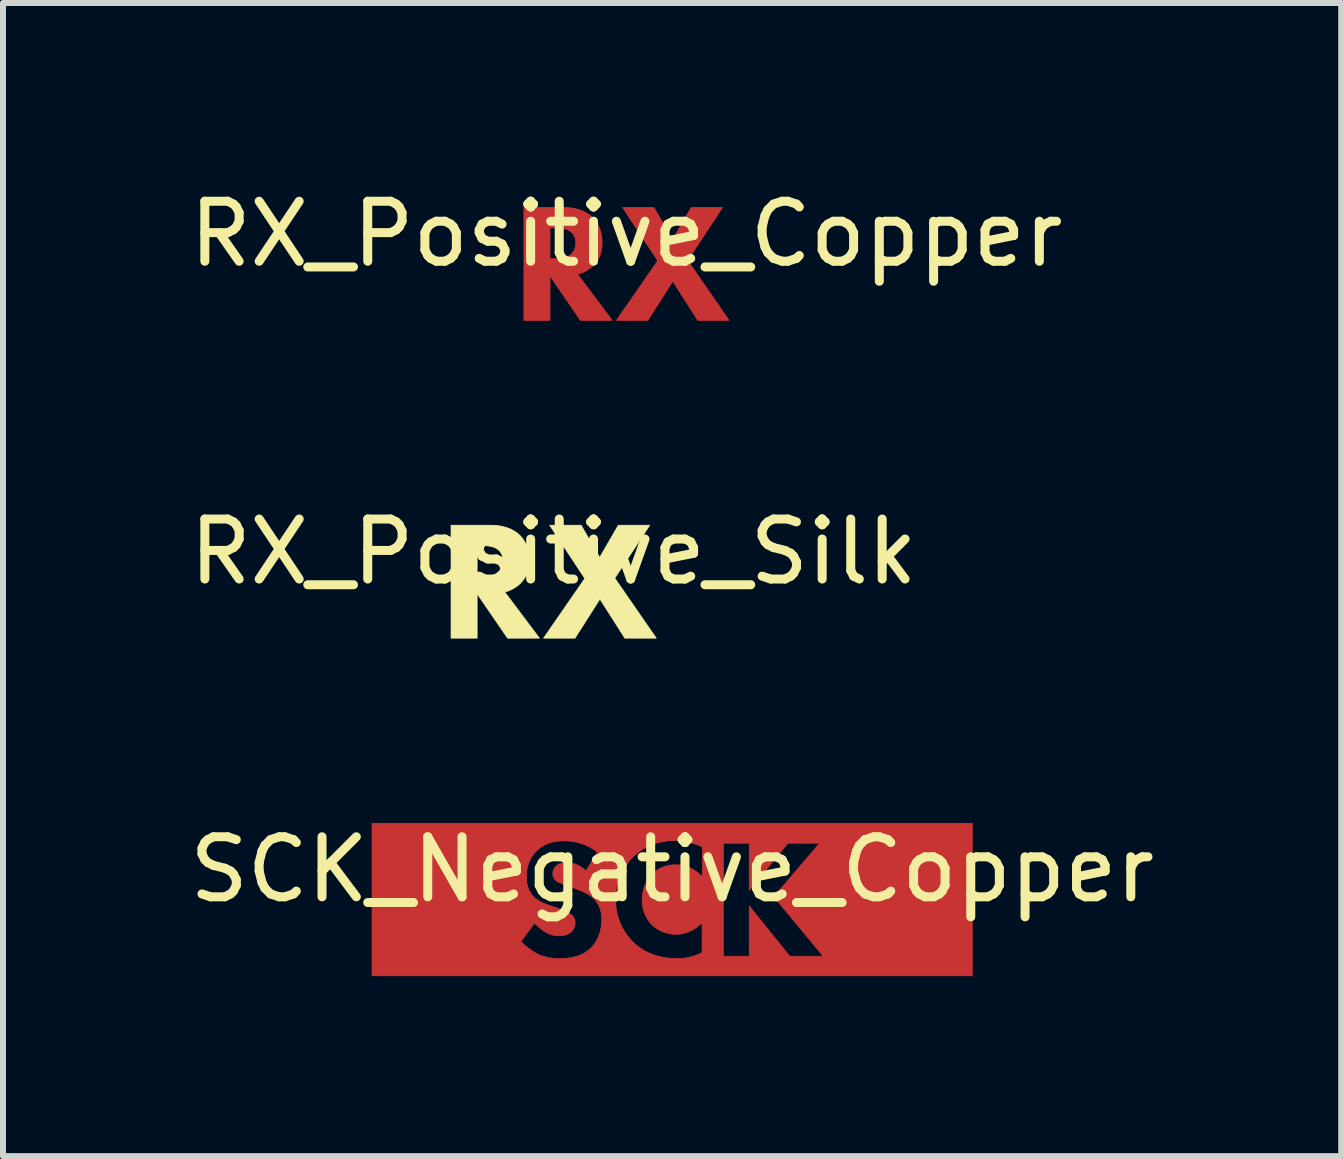
<source format=kicad_pcb>
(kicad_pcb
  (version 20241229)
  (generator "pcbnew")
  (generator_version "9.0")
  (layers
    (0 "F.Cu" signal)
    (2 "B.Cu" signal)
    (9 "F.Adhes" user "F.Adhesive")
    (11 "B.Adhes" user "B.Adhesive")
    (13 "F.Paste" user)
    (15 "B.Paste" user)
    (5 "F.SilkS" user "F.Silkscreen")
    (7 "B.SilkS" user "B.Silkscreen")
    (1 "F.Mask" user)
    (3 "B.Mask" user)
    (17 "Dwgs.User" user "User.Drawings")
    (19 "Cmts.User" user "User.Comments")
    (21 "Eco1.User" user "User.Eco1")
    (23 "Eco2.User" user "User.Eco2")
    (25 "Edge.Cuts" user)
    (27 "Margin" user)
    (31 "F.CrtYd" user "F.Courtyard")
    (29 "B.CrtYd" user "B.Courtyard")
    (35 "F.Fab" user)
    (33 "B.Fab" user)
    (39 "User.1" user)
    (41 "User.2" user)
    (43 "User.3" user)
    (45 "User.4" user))
  (footprint "RX_Positive_Copper"
    (layer "F.Cu")
    (at 7.387 1.348)
    (property "Reference" "RX_Positive_Copper" (at 0 -0.5 0) (unlocked yes) (layer "F.SilkS") (effects (font (size 1 1) (thickness 0.15))))
    (fp_poly (pts (xy 0.769 -0.404) (xy 1.08 -0.941) (xy 1.602 -0.941) (xy 1.02 -0.059) (xy 1.711 0.94) (xy 1.189 0.94) (xy 0.773 0.287) (xy 0.357 0.94) (xy -0.165 0.94) (xy 0.526 -0.059) (xy 0.519 -0.059) (xy -0.063 -0.941) (xy 0.459 -0.941)) (stroke (width 0.013) (type solid)) (fill yes) (layer "F.Cu"))
    (fp_poly (pts (xy -1.003 -0.94) (xy -0.962 -0.937) (xy -0.922 -0.933) (xy -0.884 -0.927) (xy -0.848 -0.92) (xy -0.814 -0.911) (xy -0.782 -0.902) (xy -0.752 -0.891) (xy -0.723 -0.879) (xy -0.696 -0.867) (xy -0.671 -0.853) (xy -0.647 -0.839) (xy -0.625 -0.825) (xy -0.605 -0.81) (xy -0.585 -0.794) (xy -0.568 -0.778) (xy -0.553 -0.763) (xy -0.538 -0.746) (xy -0.524 -0.728) (xy -0.509 -0.709) (xy -0.495 -0.688) (xy -0.482 -0.666) (xy -0.469 -0.642) (xy -0.457 -0.617) (xy -0.446 -0.591) (xy -0.436 -0.562) (xy -0.427 -0.532) (xy -0.423 -0.517) (xy -0.42 -0.501) (xy -0.416 -0.485) (xy -0.414 -0.468) (xy -0.411 -0.451) (xy -0.409 -0.433) (xy -0.407 -0.415) (xy -0.406 -0.397) (xy -0.405 -0.378) (xy -0.405 -0.358) (xy -0.406 -0.336) (xy -0.407 -0.312) (xy -0.408 -0.289) (xy -0.411 -0.265) (xy -0.415 -0.24) (xy -0.42 -0.216) (xy -0.426 -0.191) (xy -0.433 -0.166) (xy -0.442 -0.141) (xy -0.452 -0.117) (xy -0.464 -0.092) (xy -0.478 -0.068) (xy -0.494 -0.044) (xy -0.512 -0.02) (xy -0.531 0.003) (xy -0.553 0.026) (xy -0.566 0.038) (xy -0.579 0.05) (xy -0.592 0.061) (xy -0.607 0.072) (xy -0.621 0.083) (xy -0.637 0.093) (xy -0.653 0.103) (xy -0.669 0.113) (xy -0.686 0.122) (xy -0.704 0.131) (xy -0.721 0.139) (xy -0.739 0.147) (xy -0.758 0.154) (xy -0.776 0.16) (xy -0.795 0.166) (xy -0.814 0.171) (xy -0.236 0.94) (xy -0.765 0.94) (xy -1.273 0.199) (xy -1.273 0.94) (xy -1.707 0.94) (xy -1.707 -0.087) (xy -1.273 -0.087) (xy -1.174 -0.087) (xy -1.144 -0.087) (xy -1.128 -0.088) (xy -1.111 -0.089) (xy -1.094 -0.091) (xy -1.077 -0.093) (xy -1.06 -0.096) (xy -1.042 -0.1) (xy -1.025 -0.104) (xy -1.008 -0.11) (xy -0.991 -0.116) (xy -0.974 -0.124) (xy -0.958 -0.133) (xy -0.943 -0.143) (xy -0.935 -0.149) (xy -0.928 -0.155) (xy -0.92 -0.161) (xy -0.913 -0.168) (xy -0.907 -0.174) (xy -0.901 -0.181) (xy -0.895 -0.189) (xy -0.889 -0.197) (xy -0.883 -0.206) (xy -0.877 -0.216) (xy -0.871 -0.226) (xy -0.866 -0.237) (xy -0.861 -0.249) (xy -0.857 -0.261) (xy -0.853 -0.275) (xy -0.851 -0.281) (xy -0.849 -0.288) (xy -0.848 -0.296) (xy -0.846 -0.303) (xy -0.845 -0.311) (xy -0.844 -0.318) (xy -0.844 -0.326) (xy -0.843 -0.335) (xy -0.843 -0.343) (xy -0.843 -0.351) (xy -0.843 -0.371) (xy -0.845 -0.389) (xy -0.848 -0.406) (xy -0.851 -0.422) (xy -0.855 -0.437) (xy -0.86 -0.451) (xy -0.866 -0.464) (xy -0.872 -0.476) (xy -0.879 -0.487) (xy -0.886 -0.497) (xy -0.893 -0.506) (xy -0.901 -0.515) (xy -0.908 -0.523) (xy -0.916 -0.53) (xy -0.924 -0.536) (xy -0.931 -0.542) (xy -0.945 -0.551) (xy -0.959 -0.56) (xy -0.974 -0.567) (xy -0.99 -0.574) (xy -1.006 -0.579) (xy -1.023 -0.584) (xy -1.04 -0.588) (xy -1.056 -0.592) (xy -1.073 -0.595) (xy -1.089 -0.597) (xy -1.104 -0.599) (xy -1.119 -0.6) (xy -1.147 -0.601) (xy -1.171 -0.602) (xy -1.273 -0.602) (xy -1.273 -0.087) (xy -1.707 -0.087) (xy -1.707 -0.941) (xy -1.047 -0.941)) (stroke (width 0.013) (type solid)) (fill yes) (layer "F.Cu")))
  (footprint "RX_Positive_Silk"
    (layer "F.Cu")
    (at 6.173 6.643)
    (property "Reference" "RX_Positive_Silk" (at 0 -0.5 0) (unlocked yes) (layer "F.SilkS") (effects (font (size 1 1) (thickness 0.15))))
    (fp_poly (pts (xy 0.769 -0.404) (xy 1.08 -0.941) (xy 1.602 -0.941) (xy 1.02 -0.059) (xy 1.711 0.94) (xy 1.189 0.94) (xy 0.773 0.287) (xy 0.357 0.94) (xy -0.165 0.94) (xy 0.526 -0.059) (xy 0.519 -0.059) (xy -0.063 -0.941) (xy 0.459 -0.941)) (stroke (width 0.013) (type solid)) (fill yes) (layer "F.SilkS"))
    (fp_poly (pts (xy -1.003 -0.94) (xy -0.962 -0.937) (xy -0.922 -0.933) (xy -0.884 -0.927) (xy -0.848 -0.92) (xy -0.814 -0.911) (xy -0.782 -0.902) (xy -0.752 -0.891) (xy -0.723 -0.879) (xy -0.696 -0.867) (xy -0.671 -0.853) (xy -0.647 -0.839) (xy -0.625 -0.825) (xy -0.605 -0.81) (xy -0.585 -0.794) (xy -0.568 -0.778) (xy -0.553 -0.763) (xy -0.538 -0.746) (xy -0.524 -0.728) (xy -0.509 -0.709) (xy -0.495 -0.688) (xy -0.482 -0.666) (xy -0.469 -0.642) (xy -0.457 -0.617) (xy -0.446 -0.591) (xy -0.436 -0.562) (xy -0.427 -0.532) (xy -0.423 -0.517) (xy -0.42 -0.501) (xy -0.416 -0.485) (xy -0.414 -0.468) (xy -0.411 -0.451) (xy -0.409 -0.433) (xy -0.407 -0.415) (xy -0.406 -0.397) (xy -0.405 -0.378) (xy -0.405 -0.358) (xy -0.406 -0.336) (xy -0.407 -0.312) (xy -0.408 -0.289) (xy -0.411 -0.265) (xy -0.415 -0.24) (xy -0.42 -0.216) (xy -0.426 -0.191) (xy -0.433 -0.166) (xy -0.442 -0.141) (xy -0.452 -0.117) (xy -0.464 -0.092) (xy -0.478 -0.068) (xy -0.494 -0.044) (xy -0.512 -0.02) (xy -0.531 0.003) (xy -0.553 0.026) (xy -0.566 0.038) (xy -0.579 0.05) (xy -0.592 0.061) (xy -0.607 0.072) (xy -0.621 0.083) (xy -0.637 0.093) (xy -0.653 0.103) (xy -0.669 0.113) (xy -0.686 0.122) (xy -0.704 0.131) (xy -0.721 0.139) (xy -0.739 0.147) (xy -0.758 0.154) (xy -0.776 0.16) (xy -0.795 0.166) (xy -0.814 0.171) (xy -0.236 0.94) (xy -0.765 0.94) (xy -1.273 0.199) (xy -1.273 0.94) (xy -1.707 0.94) (xy -1.707 -0.087) (xy -1.273 -0.087) (xy -1.174 -0.087) (xy -1.144 -0.087) (xy -1.128 -0.088) (xy -1.111 -0.089) (xy -1.094 -0.091) (xy -1.077 -0.093) (xy -1.06 -0.096) (xy -1.042 -0.1) (xy -1.025 -0.104) (xy -1.008 -0.11) (xy -0.991 -0.116) (xy -0.974 -0.124) (xy -0.958 -0.133) (xy -0.943 -0.143) (xy -0.935 -0.149) (xy -0.928 -0.155) (xy -0.92 -0.161) (xy -0.913 -0.168) (xy -0.907 -0.174) (xy -0.901 -0.181) (xy -0.895 -0.189) (xy -0.889 -0.197) (xy -0.883 -0.206) (xy -0.877 -0.216) (xy -0.871 -0.226) (xy -0.866 -0.237) (xy -0.861 -0.249) (xy -0.857 -0.261) (xy -0.853 -0.275) (xy -0.851 -0.281) (xy -0.849 -0.288) (xy -0.848 -0.296) (xy -0.846 -0.303) (xy -0.845 -0.311) (xy -0.844 -0.318) (xy -0.844 -0.326) (xy -0.843 -0.335) (xy -0.843 -0.343) (xy -0.843 -0.351) (xy -0.843 -0.371) (xy -0.845 -0.389) (xy -0.848 -0.406) (xy -0.851 -0.422) (xy -0.855 -0.437) (xy -0.86 -0.451) (xy -0.866 -0.464) (xy -0.872 -0.476) (xy -0.879 -0.487) (xy -0.886 -0.497) (xy -0.893 -0.506) (xy -0.901 -0.515) (xy -0.908 -0.523) (xy -0.916 -0.53) (xy -0.924 -0.536) (xy -0.931 -0.542) (xy -0.945 -0.551) (xy -0.959 -0.56) (xy -0.974 -0.567) (xy -0.99 -0.574) (xy -1.006 -0.579) (xy -1.023 -0.584) (xy -1.04 -0.588) (xy -1.056 -0.592) (xy -1.073 -0.595) (xy -1.089 -0.597) (xy -1.104 -0.599) (xy -1.119 -0.6) (xy -1.147 -0.601) (xy -1.171 -0.602) (xy -1.273 -0.602) (xy -1.273 -0.087) (xy -1.707 -0.087) (xy -1.707 -0.941) (xy -1.047 -0.941)) (stroke (width 0.013) (type solid)) (fill yes) (layer "F.SilkS")))
  (footprint "SCK_Negative_Copper"
    (layer "F.Cu")
    (at 8.149 11.938)
    (property "Reference" "SCK_Negative_Copper" (at 0 -0.5 0) (unlocked yes) (layer "F.SilkS") (effects (font (size 1 1) (thickness 0.15))))
    (fp_poly (pts (xy 5.001 1.27) (xy -5 1.27) (xy -5 0.702) (xy -2.52 0.702) (xy -2.492 0.729) (xy -2.461 0.757) (xy -2.427 0.785) (xy -2.392 0.812) (xy -2.355 0.839) (xy -2.337 0.852) (xy -2.318 0.864) (xy -2.3 0.875) (xy -2.281 0.887) (xy -2.263 0.897) (xy -2.245 0.907) (xy -2.222 0.917) (xy -2.2 0.926) (xy -2.177 0.935) (xy -2.155 0.943) (xy -2.132 0.95) (xy -2.109 0.956) (xy -2.086 0.962) (xy -2.063 0.967) (xy -2.04 0.971) (xy -2.016 0.975) (xy -1.993 0.978) (xy -1.969 0.98) (xy -1.945 0.982) (xy -1.92 0.983) (xy -1.896 0.984) (xy -1.871 0.984) (xy -1.819 0.983) (xy -1.79 0.982) (xy -1.759 0.979) (xy -1.726 0.976) (xy -1.692 0.97) (xy -1.656 0.964) (xy -1.62 0.955) (xy -1.584 0.944) (xy -1.547 0.932) (xy -1.51 0.916) (xy -1.474 0.898) (xy -1.438 0.877) (xy -1.421 0.865) (xy -1.404 0.853) (xy -1.387 0.839) (xy -1.37 0.825) (xy -1.354 0.81) (xy -1.338 0.794) (xy -1.32 0.774) (xy -1.303 0.752) (xy -1.286 0.729) (xy -1.271 0.705) (xy -1.256 0.679) (xy -1.242 0.653) (xy -1.23 0.625) (xy -1.218 0.595) (xy -1.208 0.565) (xy -1.199 0.534) (xy -1.191 0.501) (xy -1.184 0.468) (xy -1.179 0.434) (xy -1.175 0.4) (xy -1.173 0.364) (xy -1.172 0.328) (xy -1.173 0.307) (xy -1.174 0.286) (xy -1.176 0.264) (xy -1.178 0.242) (xy -1.182 0.22) (xy -1.187 0.197) (xy -1.193 0.175) (xy -1.2 0.152) (xy -1.209 0.13) (xy -1.218 0.107) (xy -1.23 0.085) (xy -1.242 0.063) (xy -1.257 0.041) (xy -1.273 0.02) (xy -1.29 -0.001) (xy -1.293 -0.004) (xy -0.943 -0.004) (xy -0.942 0.052) (xy -0.937 0.107) (xy -0.931 0.16) (xy -0.921 0.212) (xy -0.909 0.262) (xy -0.895 0.311) (xy -0.879 0.358) (xy -0.86 0.404) (xy -0.84 0.449) (xy -0.817 0.491) (xy -0.793 0.532) (xy -0.767 0.571) (xy -0.74 0.609) (xy -0.711 0.644) (xy -0.681 0.678) (xy -0.65 0.709) (xy -0.62 0.738) (xy -0.588 0.765) (xy -0.554 0.792) (xy -0.518 0.818) (xy -0.48 0.842) (xy -0.44 0.864) (xy -0.398 0.885) (xy -0.353 0.905) (xy -0.306 0.922) (xy -0.257 0.938) (xy -0.206 0.952) (xy -0.152 0.963) (xy -0.096 0.972) (xy -0.038 0.979) (xy 0.024 0.983) (xy 0.087 0.984) (xy 0.131 0.983) (xy 0.176 0.98) (xy 0.2 0.978) (xy 0.225 0.974) (xy 0.25 0.97) (xy 0.275 0.965) (xy 0.302 0.959) (xy 0.329 0.952) (xy 0.349 0.945) (xy 0.853 0.945) (xy 1.286 0.945) (xy 1.286 0.109) (xy 1.96 0.945) (xy 2.518 0.945) (xy 1.696 -0.046) (xy 2.458 -0.938) (xy 1.929 -0.938) (xy 1.286 -0.155) (xy 1.286 -0.938) (xy 0.853 -0.938) (xy 0.853 0.945) (xy 0.349 0.945) (xy 0.356 0.943) (xy 0.384 0.934) (xy 0.413 0.923) (xy 0.442 0.911) (xy 0.473 0.897) (xy 0.496 0.885) (xy 0.5 0.885) (xy 0.503 0.882) (xy 0.5 0.884) (xy 0.5 0.885) (xy 0.496 0.885) (xy 0.5 0.884) (xy 0.5 0.385) (xy 0.469 0.413) (xy 0.438 0.439) (xy 0.408 0.463) (xy 0.378 0.483) (xy 0.349 0.501) (xy 0.321 0.517) (xy 0.292 0.531) (xy 0.265 0.542) (xy 0.238 0.552) (xy 0.211 0.56) (xy 0.186 0.566) (xy 0.161 0.571) (xy 0.137 0.575) (xy 0.114 0.577) (xy 0.091 0.578) (xy 0.069 0.579) (xy 0.048 0.578) (xy 0.027 0.577) (xy 0.007 0.576) (xy -0.012 0.573) (xy -0.031 0.571) (xy -0.05 0.567) (xy -0.068 0.563) (xy -0.085 0.559) (xy -0.102 0.555) (xy -0.118 0.55) (xy -0.134 0.544) (xy -0.149 0.539) (xy -0.164 0.533) (xy -0.178 0.527) (xy -0.192 0.52) (xy -0.205 0.514) (xy -0.229 0.5) (xy -0.251 0.487) (xy -0.271 0.474) (xy -0.289 0.461) (xy -0.304 0.449) (xy -0.317 0.438) (xy -0.328 0.428) (xy -0.336 0.42) (xy -0.352 0.403) (xy -0.368 0.386) (xy -0.383 0.367) (xy -0.397 0.346) (xy -0.411 0.325) (xy -0.425 0.302) (xy -0.437 0.278) (xy -0.449 0.253) (xy -0.46 0.226) (xy -0.47 0.198) (xy -0.478 0.169) (xy -0.485 0.139) (xy -0.491 0.107) (xy -0.495 0.074) (xy -0.498 0.039) (xy -0.499 0.004) (xy -0.498 -0.03) (xy -0.495 -0.063) (xy -0.491 -0.095) (xy -0.486 -0.126) (xy -0.479 -0.156) (xy -0.471 -0.186) (xy -0.461 -0.215) (xy -0.45 -0.243) (xy -0.438 -0.27) (xy -0.424 -0.296) (xy -0.41 -0.321) (xy -0.394 -0.345) (xy -0.378 -0.368) (xy -0.36 -0.39) (xy -0.342 -0.411) (xy -0.322 -0.43) (xy -0.303 -0.448) (xy -0.284 -0.465) (xy -0.264 -0.481) (xy -0.243 -0.495) (xy -0.221 -0.509) (xy -0.199 -0.521) (xy -0.176 -0.532) (xy -0.152 -0.542) (xy -0.128 -0.55) (xy -0.103 -0.558) (xy -0.077 -0.564) (xy -0.051 -0.569) (xy -0.024 -0.573) (xy 0.004 -0.576) (xy 0.033 -0.578) (xy 0.062 -0.579) (xy 0.081 -0.578) (xy 0.099 -0.577) (xy 0.117 -0.576) (xy 0.135 -0.574) (xy 0.153 -0.572) (xy 0.17 -0.569) (xy 0.186 -0.565) (xy 0.203 -0.562) (xy 0.219 -0.557) (xy 0.235 -0.553) (xy 0.265 -0.542) (xy 0.294 -0.53) (xy 0.323 -0.516) (xy 0.349 -0.502) (xy 0.375 -0.486) (xy 0.399 -0.469) (xy 0.423 -0.452) (xy 0.444 -0.434) (xy 0.465 -0.415) (xy 0.485 -0.397) (xy 0.503 -0.377) (xy 0.503 -0.878) (xy 0.469 -0.893) (xy 0.436 -0.906) (xy 0.404 -0.918) (xy 0.373 -0.929) (xy 0.342 -0.939) (xy 0.312 -0.948) (xy 0.283 -0.955) (xy 0.255 -0.962) (xy 0.227 -0.967) (xy 0.201 -0.972) (xy 0.174 -0.976) (xy 0.149 -0.979) (xy 0.124 -0.981) (xy 0.099 -0.983) (xy 0.075 -0.984) (xy 0.052 -0.984) (xy -0.003 -0.983) (xy -0.056 -0.979) (xy -0.108 -0.973) (xy -0.158 -0.965) (xy -0.207 -0.954) (xy -0.255 -0.941) (xy -0.302 -0.926) (xy -0.347 -0.909) (xy -0.39 -0.89) (xy -0.432 -0.87) (xy -0.473 -0.848) (xy -0.512 -0.824) (xy -0.549 -0.798) (xy -0.584 -0.771) (xy -0.618 -0.742) (xy -0.65 -0.713) (xy -0.681 -0.681) (xy -0.711 -0.647) (xy -0.74 -0.611) (xy -0.767 -0.574) (xy -0.793 -0.535) (xy -0.817 -0.494) (xy -0.84 -0.452) (xy -0.86 -0.408) (xy -0.879 -0.363) (xy -0.895 -0.316) (xy -0.909 -0.267) (xy -0.921 -0.218) (xy -0.931 -0.166) (xy -0.937 -0.113) (xy -0.942 -0.059) (xy -0.943 -0.004) (xy -1.293 -0.004) (xy -1.31 -0.021) (xy -1.324 -0.034) (xy -1.339 -0.046) (xy -1.354 -0.058) (xy -1.37 -0.069) (xy -1.386 -0.08) (xy -1.403 -0.09) (xy -1.419 -0.099) (xy -1.436 -0.108) (xy -1.453 -0.117) (xy -1.47 -0.125) (xy -1.503 -0.14) (xy -1.536 -0.153) (xy -1.567 -0.166) (xy -1.709 -0.219) (xy -1.793 -0.249) (xy -1.827 -0.261) (xy -1.843 -0.267) (xy -1.857 -0.273) (xy -1.871 -0.279) (xy -1.883 -0.285) (xy -1.895 -0.29) (xy -1.907 -0.297) (xy -1.917 -0.303) (xy -1.927 -0.31) (xy -1.936 -0.317) (xy -1.945 -0.325) (xy -1.95 -0.33) (xy -1.955 -0.335) (xy -1.959 -0.341) (xy -1.963 -0.347) (xy -1.967 -0.352) (xy -1.971 -0.358) (xy -1.974 -0.365) (xy -1.977 -0.371) (xy -1.979 -0.377) (xy -1.981 -0.384) (xy -1.983 -0.391) (xy -1.985 -0.398) (xy -1.986 -0.406) (xy -1.987 -0.414) (xy -1.987 -0.422) (xy -1.987 -0.43) (xy -1.987 -0.44) (xy -1.986 -0.449) (xy -1.985 -0.457) (xy -1.984 -0.466) (xy -1.982 -0.474) (xy -1.979 -0.483) (xy -1.976 -0.491) (xy -1.973 -0.498) (xy -1.97 -0.506) (xy -1.966 -0.513) (xy -1.962 -0.52) (xy -1.958 -0.527) (xy -1.953 -0.533) (xy -1.948 -0.539) (xy -1.943 -0.545) (xy -1.938 -0.55) (xy -1.933 -0.555) (xy -1.928 -0.56) (xy -1.923 -0.565) (xy -1.918 -0.569) (xy -1.908 -0.577) (xy -1.897 -0.584) (xy -1.886 -0.59) (xy -1.874 -0.595) (xy -1.862 -0.6) (xy -1.85 -0.603) (xy -1.838 -0.606) (xy -1.826 -0.609) (xy -1.814 -0.61) (xy -1.801 -0.612) (xy -1.789 -0.613) (xy -1.778 -0.613) (xy -1.754 -0.614) (xy -1.73 -0.613) (xy -1.716 -0.612) (xy -1.701 -0.611) (xy -1.684 -0.608) (xy -1.666 -0.605) (xy -1.647 -0.6) (xy -1.627 -0.594) (xy -1.606 -0.587) (xy -1.585 -0.578) (xy -1.562 -0.567) (xy -1.538 -0.554) (xy -1.514 -0.539) (xy -1.489 -0.522) (xy -1.463 -0.502) (xy -1.437 -0.48) (xy -1.437 -0.473) (xy -1.243 -0.79) (xy -1.284 -0.82) (xy -1.324 -0.846) (xy -1.364 -0.869) (xy -1.404 -0.889) (xy -1.443 -0.907) (xy -1.481 -0.922) (xy -1.518 -0.935) (xy -1.555 -0.946) (xy -1.59 -0.955) (xy -1.624 -0.962) (xy -1.657 -0.967) (xy -1.689 -0.971) (xy -1.719 -0.974) (xy -1.748 -0.976) (xy -1.8 -0.977) (xy -1.833 -0.977) (xy -1.865 -0.975) (xy -1.897 -0.973) (xy -1.929 -0.969) (xy -1.959 -0.964) (xy -1.99 -0.958) (xy -2.02 -0.95) (xy -2.049 -0.941) (xy -2.078 -0.93) (xy -2.106 -0.918) (xy -2.134 -0.904) (xy -2.161 -0.888) (xy -2.188 -0.87) (xy -2.215 -0.85) (xy -2.241 -0.828) (xy -2.266 -0.804) (xy -2.286 -0.782) (xy -2.305 -0.76) (xy -2.323 -0.736) (xy -2.339 -0.712) (xy -2.354 -0.688) (xy -2.367 -0.663) (xy -2.379 -0.637) (xy -2.389 -0.611) (xy -2.399 -0.584) (xy -2.407 -0.557) (xy -2.413 -0.529) (xy -2.419 -0.501) (xy -2.423 -0.472) (xy -2.426 -0.442) (xy -2.428 -0.412) (xy -2.428 -0.381) (xy -2.427 -0.345) (xy -2.426 -0.326) (xy -2.425 -0.306) (xy -2.422 -0.286) (xy -2.419 -0.265) (xy -2.414 -0.244) (xy -2.409 -0.222) (xy -2.402 -0.201) (xy -2.394 -0.179) (xy -2.385 -0.157) (xy -2.375 -0.136) (xy -2.362 -0.115) (xy -2.349 -0.094) (xy -2.333 -0.073) (xy -2.315 -0.053) (xy -2.302 -0.039) (xy -2.288 -0.026) (xy -2.273 -0.013) (xy -2.257 -0.001) (xy -2.241 0.009) (xy -2.225 0.02) (xy -2.208 0.029) (xy -2.191 0.038) (xy -2.174 0.047) (xy -2.157 0.055) (xy -2.122 0.07) (xy -2.088 0.083) (xy -2.054 0.095) (xy -1.899 0.148) (xy -1.85 0.168) (xy -1.82 0.18) (xy -1.788 0.193) (xy -1.757 0.207) (xy -1.742 0.215) (xy -1.728 0.223) (xy -1.714 0.23) (xy -1.702 0.238) (xy -1.69 0.246) (xy -1.68 0.254) (xy -1.673 0.26) (xy -1.666 0.266) (xy -1.66 0.273) (xy -1.654 0.279) (xy -1.648 0.286) (xy -1.643 0.294) (xy -1.638 0.301) (xy -1.634 0.309) (xy -1.63 0.317) (xy -1.627 0.326) (xy -1.624 0.335) (xy -1.621 0.345) (xy -1.619 0.355) (xy -1.618 0.365) (xy -1.617 0.376) (xy -1.617 0.388) (xy -1.617 0.395) (xy -1.617 0.401) (xy -1.618 0.407) (xy -1.618 0.414) (xy -1.619 0.42) (xy -1.62 0.426) (xy -1.621 0.431) (xy -1.622 0.437) (xy -1.624 0.443) (xy -1.625 0.448) (xy -1.629 0.459) (xy -1.633 0.469) (xy -1.637 0.478) (xy -1.642 0.488) (xy -1.647 0.496) (xy -1.653 0.505) (xy -1.659 0.513) (xy -1.665 0.52) (xy -1.671 0.527) (xy -1.677 0.534) (xy -1.684 0.54) (xy -1.696 0.549) (xy -1.708 0.558) (xy -1.721 0.565) (xy -1.734 0.572) (xy -1.746 0.578) (xy -1.759 0.583) (xy -1.772 0.588) (xy -1.785 0.591) (xy -1.798 0.595) (xy -1.811 0.597) (xy -1.823 0.599) (xy -1.836 0.601) (xy -1.848 0.602) (xy -1.859 0.603) (xy -1.871 0.603) (xy -1.881 0.603) (xy -1.898 0.603) (xy -1.914 0.602) (xy -1.93 0.601) (xy -1.945 0.599) (xy -1.96 0.597) (xy -1.975 0.594) (xy -1.99 0.591) (xy -2.005 0.587) (xy -2.019 0.583) (xy -2.034 0.578) (xy -2.048 0.572) (xy -2.062 0.566) (xy -2.076 0.559) (xy -2.09 0.552) (xy -2.104 0.545) (xy -2.118 0.536) (xy -2.128 0.53) (xy -2.139 0.523) (xy -2.15 0.515) (xy -2.161 0.507) (xy -2.184 0.49) (xy -2.207 0.471) (xy -2.231 0.451) (xy -2.253 0.431) (xy -2.275 0.411) (xy -2.294 0.392) (xy -2.52 0.702) (xy -5 0.702) (xy -5 -1.27) (xy 5.001 -1.27)) (stroke (width 0.013) (type solid)) (fill yes) (layer "F.Cu")))
  (gr_rect
    (start -3 -3)
    (end 19.298 16.214)
    (stroke (width 0.1) (type default))
    (fill no)
    (layer "Edge.Cuts")))
</source>
